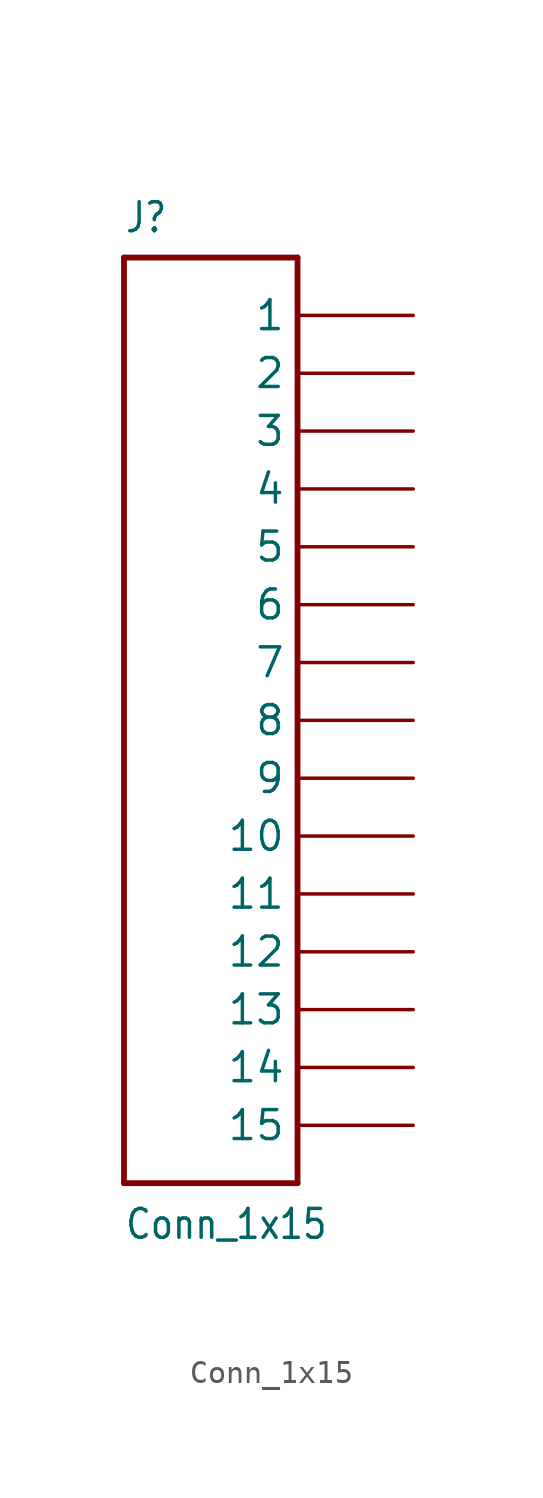
<source format=kicad_sym>
(kicad_symbol_lib
  (version 20211014)
  (generator kicad_symbol_editor)
  (symbol "Conn_1x15"
    (property "Reference" "J"
      (at -2.54 21.336 0)
      (effects (font (size 1.27 1.079)) (justify left bottom)))
    (property "Value" "Conn_1x15"
      (at -2.54 -22.86 0)
      (effects (font (size 1.27 1.079)) (justify left bottom)))
    (symbol "Conn_1x15_1_0"
      (polyline (pts (xy -2.54 -20.32) (xy 5.08 -20.32)) (stroke (width 0.254) (type default) (color 0 0 0 0)) (fill (type none)))
      (polyline (pts (xy -2.54 20.32) (xy -2.54 -20.32)) (stroke (width 0.254) (type default) (color 0 0 0 0)) (fill (type none)))
      (polyline (pts (xy 5.08 -20.32) (xy 5.08 20.32)) (stroke (width 0.254) (type default) (color 0 0 0 0)) (fill (type none)))
      (polyline (pts (xy 5.08 20.32) (xy -2.54 20.32)) (stroke (width 0.254) (type default) (color 0 0 0 0)) (fill (type none)))
      (pin passive line (at 10.16 17.78 180) (length 5.08) (name "1" (effects (font (size 1.27 1.27)))) (number "1" (effects (font (size 0 0)))))
      (pin passive line (at 10.16 -5.08 180) (length 5.08) (name "10" (effects (font (size 1.27 1.27)))) (number "10" (effects (font (size 0 0)))))
      (pin passive line (at 10.16 -7.62 180) (length 5.08) (name "11" (effects (font (size 1.27 1.27)))) (number "11" (effects (font (size 0 0)))))
      (pin passive line (at 10.16 -10.16 180) (length 5.08) (name "12" (effects (font (size 1.27 1.27)))) (number "12" (effects (font (size 0 0)))))
      (pin passive line (at 10.16 -12.7 180) (length 5.08) (name "13" (effects (font (size 1.27 1.27)))) (number "13" (effects (font (size 0 0)))))
      (pin passive line (at 10.16 -15.24 180) (length 5.08) (name "14" (effects (font (size 1.27 1.27)))) (number "14" (effects (font (size 0 0)))))
      (pin passive line (at 10.16 -17.78 180) (length 5.08) (name "15" (effects (font (size 1.27 1.27)))) (number "15" (effects (font (size 0 0)))))
      (pin passive line (at 10.16 15.24 180) (length 5.08) (name "2" (effects (font (size 1.27 1.27)))) (number "2" (effects (font (size 0 0)))))
      (pin passive line (at 10.16 12.7 180) (length 5.08) (name "3" (effects (font (size 1.27 1.27)))) (number "3" (effects (font (size 0 0)))))
      (pin passive line (at 10.16 10.16 180) (length 5.08) (name "4" (effects (font (size 1.27 1.27)))) (number "4" (effects (font (size 0 0)))))
      (pin passive line (at 10.16 7.62 180) (length 5.08) (name "5" (effects (font (size 1.27 1.27)))) (number "5" (effects (font (size 0 0)))))
      (pin passive line (at 10.16 5.08 180) (length 5.08) (name "6" (effects (font (size 1.27 1.27)))) (number "6" (effects (font (size 0 0)))))
      (pin passive line (at 10.16 2.54 180) (length 5.08) (name "7" (effects (font (size 1.27 1.27)))) (number "7" (effects (font (size 0 0)))))
      (pin passive line (at 10.16 0 180) (length 5.08) (name "8" (effects (font (size 1.27 1.27)))) (number "8" (effects (font (size 0 0)))))
      (pin passive line (at 10.16 -2.54 180) (length 5.08) (name "9" (effects (font (size 1.27 1.27)))) (number "9" (effects (font (size 0 0))))))))
</source>
